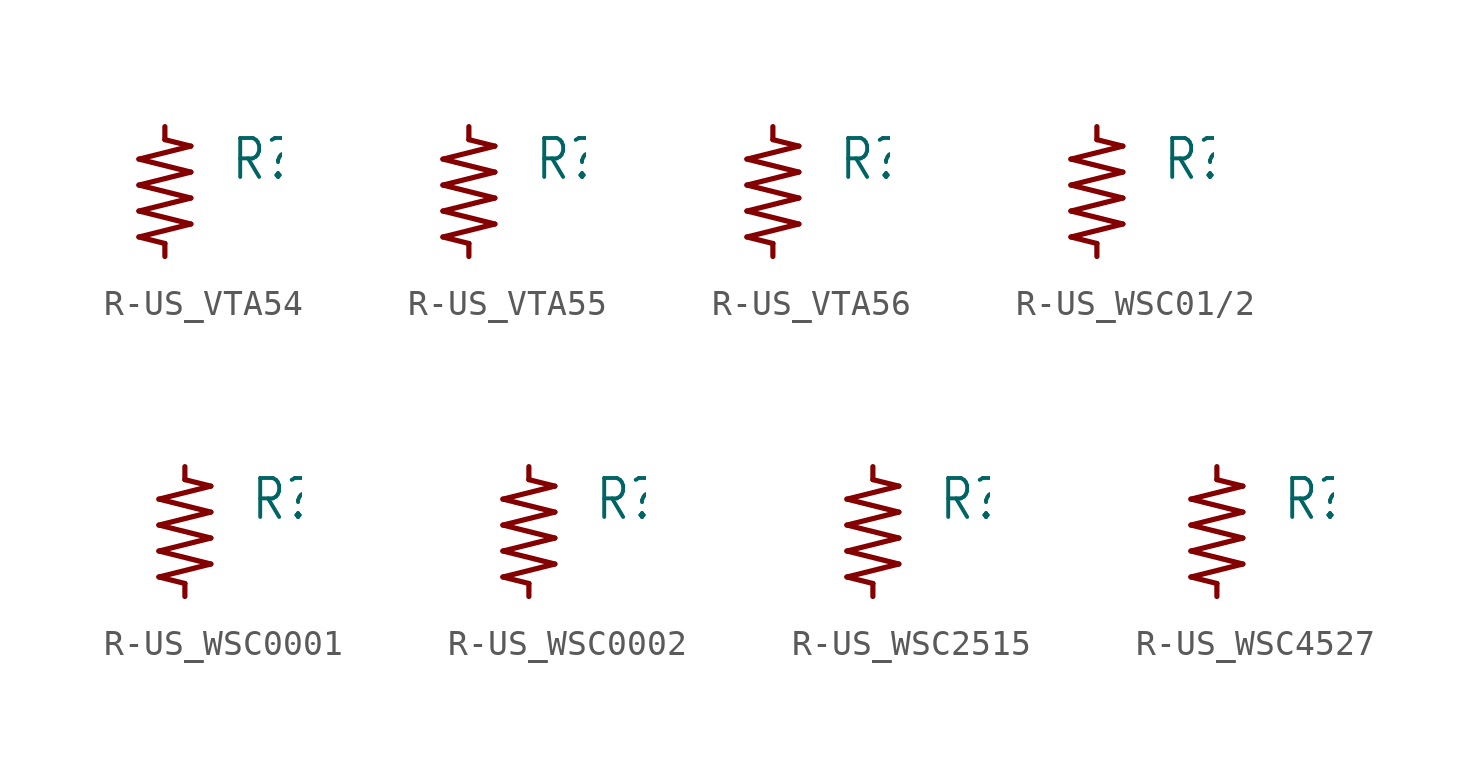
<source format=kicad_sym>
(kicad_symbol_lib
  (version 20220914)
  (generator kicad_symbol_editor)
  (symbol "R-US_VTA54"
    (property "Reference" "R"
      (at 2.54 1.27 0)
      (effects (font (size 1.524 1.295)) (justify left)))
    (property "Value" ""
      (at 2.54 -1.27 0)
      (effects (font (size 1.524 1.295)) (justify left)))
    (property "ki_locked" ""
      (at 0 0 0)
      (effects (font (size 1.27 1.27))))
    (symbol "R-US_VTA54_1_0"
      (polyline (pts (xy -1.016 -1.778) (xy 0 -2.032)) (stroke (width 0.203) (type solid)) (fill (type none)))
      (polyline (pts (xy -1.016 -0.762) (xy 1.016 -0.254)) (stroke (width 0.203) (type solid)) (fill (type none)))
      (polyline (pts (xy -1.016 0.254) (xy 1.016 0.762)) (stroke (width 0.203) (type solid)) (fill (type none)))
      (polyline (pts (xy -1.016 1.27) (xy 1.016 1.778)) (stroke (width 0.203) (type solid)) (fill (type none)))
      (polyline (pts (xy 0 -2.032) (xy 0 -2.54)) (stroke (width 0.203) (type solid)) (fill (type none)))
      (polyline (pts (xy 0 2.032) (xy 0 2.54)) (stroke (width 0.203) (type solid)) (fill (type none)))
      (polyline (pts (xy 1.016 -1.27) (xy -1.016 -1.778)) (stroke (width 0.203) (type solid)) (fill (type none)))
      (polyline (pts (xy 1.016 -1.27) (xy -1.016 -0.762)) (stroke (width 0.203) (type solid)) (fill (type none)))
      (polyline (pts (xy 1.016 -0.254) (xy -1.016 0.254)) (stroke (width 0.203) (type solid)) (fill (type none)))
      (polyline (pts (xy 1.016 0.762) (xy -1.016 1.27)) (stroke (width 0.203) (type solid)) (fill (type none)))
      (polyline (pts (xy 1.016 1.778) (xy 0 2.032)) (stroke (width 0.203) (type solid)) (fill (type none)))
      (pin passive line (at 0 -2.54 90) (length 0) (name "1" (effects (font (size 0 0)))) (number "1" (effects (font (size 0 0)))))
      (pin passive line (at 0 2.54 270) (length 0) (name "2" (effects (font (size 0 0)))) (number "2" (effects (font (size 0 0)))))))
  (symbol "R-US_VTA55"
    (property "Reference" "R"
      (at 2.54 1.27 0)
      (effects (font (size 1.524 1.295)) (justify left)))
    (property "Value" ""
      (at 2.54 -1.27 0)
      (effects (font (size 1.524 1.295)) (justify left)))
    (property "ki_locked" ""
      (at 0 0 0)
      (effects (font (size 1.27 1.27))))
    (symbol "R-US_VTA55_1_0"
      (polyline (pts (xy -1.016 -1.778) (xy 0 -2.032)) (stroke (width 0.203) (type solid)) (fill (type none)))
      (polyline (pts (xy -1.016 -0.762) (xy 1.016 -0.254)) (stroke (width 0.203) (type solid)) (fill (type none)))
      (polyline (pts (xy -1.016 0.254) (xy 1.016 0.762)) (stroke (width 0.203) (type solid)) (fill (type none)))
      (polyline (pts (xy -1.016 1.27) (xy 1.016 1.778)) (stroke (width 0.203) (type solid)) (fill (type none)))
      (polyline (pts (xy 0 -2.032) (xy 0 -2.54)) (stroke (width 0.203) (type solid)) (fill (type none)))
      (polyline (pts (xy 0 2.032) (xy 0 2.54)) (stroke (width 0.203) (type solid)) (fill (type none)))
      (polyline (pts (xy 1.016 -1.27) (xy -1.016 -1.778)) (stroke (width 0.203) (type solid)) (fill (type none)))
      (polyline (pts (xy 1.016 -1.27) (xy -1.016 -0.762)) (stroke (width 0.203) (type solid)) (fill (type none)))
      (polyline (pts (xy 1.016 -0.254) (xy -1.016 0.254)) (stroke (width 0.203) (type solid)) (fill (type none)))
      (polyline (pts (xy 1.016 0.762) (xy -1.016 1.27)) (stroke (width 0.203) (type solid)) (fill (type none)))
      (polyline (pts (xy 1.016 1.778) (xy 0 2.032)) (stroke (width 0.203) (type solid)) (fill (type none)))
      (pin passive line (at 0 -2.54 90) (length 0) (name "1" (effects (font (size 0 0)))) (number "1" (effects (font (size 0 0)))))
      (pin passive line (at 0 2.54 270) (length 0) (name "2" (effects (font (size 0 0)))) (number "2" (effects (font (size 0 0)))))))
  (symbol "R-US_VTA56"
    (property "Reference" "R"
      (at 2.54 1.27 0)
      (effects (font (size 1.524 1.295)) (justify left)))
    (property "Value" ""
      (at 2.54 -1.27 0)
      (effects (font (size 1.524 1.295)) (justify left)))
    (property "ki_locked" ""
      (at 0 0 0)
      (effects (font (size 1.27 1.27))))
    (symbol "R-US_VTA56_1_0"
      (polyline (pts (xy -1.016 -1.778) (xy 0 -2.032)) (stroke (width 0.203) (type solid)) (fill (type none)))
      (polyline (pts (xy -1.016 -0.762) (xy 1.016 -0.254)) (stroke (width 0.203) (type solid)) (fill (type none)))
      (polyline (pts (xy -1.016 0.254) (xy 1.016 0.762)) (stroke (width 0.203) (type solid)) (fill (type none)))
      (polyline (pts (xy -1.016 1.27) (xy 1.016 1.778)) (stroke (width 0.203) (type solid)) (fill (type none)))
      (polyline (pts (xy 0 -2.032) (xy 0 -2.54)) (stroke (width 0.203) (type solid)) (fill (type none)))
      (polyline (pts (xy 0 2.032) (xy 0 2.54)) (stroke (width 0.203) (type solid)) (fill (type none)))
      (polyline (pts (xy 1.016 -1.27) (xy -1.016 -1.778)) (stroke (width 0.203) (type solid)) (fill (type none)))
      (polyline (pts (xy 1.016 -1.27) (xy -1.016 -0.762)) (stroke (width 0.203) (type solid)) (fill (type none)))
      (polyline (pts (xy 1.016 -0.254) (xy -1.016 0.254)) (stroke (width 0.203) (type solid)) (fill (type none)))
      (polyline (pts (xy 1.016 0.762) (xy -1.016 1.27)) (stroke (width 0.203) (type solid)) (fill (type none)))
      (polyline (pts (xy 1.016 1.778) (xy 0 2.032)) (stroke (width 0.203) (type solid)) (fill (type none)))
      (pin passive line (at 0 -2.54 90) (length 0) (name "1" (effects (font (size 0 0)))) (number "1" (effects (font (size 0 0)))))
      (pin passive line (at 0 2.54 270) (length 0) (name "2" (effects (font (size 0 0)))) (number "2" (effects (font (size 0 0)))))))
  (symbol "R-US_WSC01/2"
    (property "Reference" "R"
      (at 2.54 1.27 0)
      (effects (font (size 1.524 1.295)) (justify left)))
    (property "Value" ""
      (at 2.54 -1.27 0)
      (effects (font (size 1.524 1.295)) (justify left)))
    (property "ki_locked" ""
      (at 0 0 0)
      (effects (font (size 1.27 1.27))))
    (symbol "R-US_WSC01/2_1_0"
      (polyline (pts (xy -1.016 -1.778) (xy 0 -2.032)) (stroke (width 0.203) (type solid)) (fill (type none)))
      (polyline (pts (xy -1.016 -0.762) (xy 1.016 -0.254)) (stroke (width 0.203) (type solid)) (fill (type none)))
      (polyline (pts (xy -1.016 0.254) (xy 1.016 0.762)) (stroke (width 0.203) (type solid)) (fill (type none)))
      (polyline (pts (xy -1.016 1.27) (xy 1.016 1.778)) (stroke (width 0.203) (type solid)) (fill (type none)))
      (polyline (pts (xy 0 -2.032) (xy 0 -2.54)) (stroke (width 0.203) (type solid)) (fill (type none)))
      (polyline (pts (xy 0 2.032) (xy 0 2.54)) (stroke (width 0.203) (type solid)) (fill (type none)))
      (polyline (pts (xy 1.016 -1.27) (xy -1.016 -1.778)) (stroke (width 0.203) (type solid)) (fill (type none)))
      (polyline (pts (xy 1.016 -1.27) (xy -1.016 -0.762)) (stroke (width 0.203) (type solid)) (fill (type none)))
      (polyline (pts (xy 1.016 -0.254) (xy -1.016 0.254)) (stroke (width 0.203) (type solid)) (fill (type none)))
      (polyline (pts (xy 1.016 0.762) (xy -1.016 1.27)) (stroke (width 0.203) (type solid)) (fill (type none)))
      (polyline (pts (xy 1.016 1.778) (xy 0 2.032)) (stroke (width 0.203) (type solid)) (fill (type none)))
      (pin passive line (at 0 -2.54 90) (length 0) (name "1" (effects (font (size 0 0)))) (number "1" (effects (font (size 0 0)))))
      (pin passive line (at 0 2.54 270) (length 0) (name "2" (effects (font (size 0 0)))) (number "2" (effects (font (size 0 0)))))))
  (symbol "R-US_WSC0001"
    (property "Reference" "R"
      (at 2.54 1.27 0)
      (effects (font (size 1.524 1.295)) (justify left)))
    (property "Value" ""
      (at 2.54 -1.27 0)
      (effects (font (size 1.524 1.295)) (justify left)))
    (property "ki_locked" ""
      (at 0 0 0)
      (effects (font (size 1.27 1.27))))
    (symbol "R-US_WSC0001_1_0"
      (polyline (pts (xy -1.016 -1.778) (xy 0 -2.032)) (stroke (width 0.203) (type solid)) (fill (type none)))
      (polyline (pts (xy -1.016 -0.762) (xy 1.016 -0.254)) (stroke (width 0.203) (type solid)) (fill (type none)))
      (polyline (pts (xy -1.016 0.254) (xy 1.016 0.762)) (stroke (width 0.203) (type solid)) (fill (type none)))
      (polyline (pts (xy -1.016 1.27) (xy 1.016 1.778)) (stroke (width 0.203) (type solid)) (fill (type none)))
      (polyline (pts (xy 0 -2.032) (xy 0 -2.54)) (stroke (width 0.203) (type solid)) (fill (type none)))
      (polyline (pts (xy 0 2.032) (xy 0 2.54)) (stroke (width 0.203) (type solid)) (fill (type none)))
      (polyline (pts (xy 1.016 -1.27) (xy -1.016 -1.778)) (stroke (width 0.203) (type solid)) (fill (type none)))
      (polyline (pts (xy 1.016 -1.27) (xy -1.016 -0.762)) (stroke (width 0.203) (type solid)) (fill (type none)))
      (polyline (pts (xy 1.016 -0.254) (xy -1.016 0.254)) (stroke (width 0.203) (type solid)) (fill (type none)))
      (polyline (pts (xy 1.016 0.762) (xy -1.016 1.27)) (stroke (width 0.203) (type solid)) (fill (type none)))
      (polyline (pts (xy 1.016 1.778) (xy 0 2.032)) (stroke (width 0.203) (type solid)) (fill (type none)))
      (pin passive line (at 0 -2.54 90) (length 0) (name "1" (effects (font (size 0 0)))) (number "1" (effects (font (size 0 0)))))
      (pin passive line (at 0 2.54 270) (length 0) (name "2" (effects (font (size 0 0)))) (number "2" (effects (font (size 0 0)))))))
  (symbol "R-US_WSC0002"
    (property "Reference" "R"
      (at 2.54 1.27 0)
      (effects (font (size 1.524 1.295)) (justify left)))
    (property "Value" ""
      (at 2.54 -1.27 0)
      (effects (font (size 1.524 1.295)) (justify left)))
    (property "ki_locked" ""
      (at 0 0 0)
      (effects (font (size 1.27 1.27))))
    (symbol "R-US_WSC0002_1_0"
      (polyline (pts (xy -1.016 -1.778) (xy 0 -2.032)) (stroke (width 0.203) (type solid)) (fill (type none)))
      (polyline (pts (xy -1.016 -0.762) (xy 1.016 -0.254)) (stroke (width 0.203) (type solid)) (fill (type none)))
      (polyline (pts (xy -1.016 0.254) (xy 1.016 0.762)) (stroke (width 0.203) (type solid)) (fill (type none)))
      (polyline (pts (xy -1.016 1.27) (xy 1.016 1.778)) (stroke (width 0.203) (type solid)) (fill (type none)))
      (polyline (pts (xy 0 -2.032) (xy 0 -2.54)) (stroke (width 0.203) (type solid)) (fill (type none)))
      (polyline (pts (xy 0 2.032) (xy 0 2.54)) (stroke (width 0.203) (type solid)) (fill (type none)))
      (polyline (pts (xy 1.016 -1.27) (xy -1.016 -1.778)) (stroke (width 0.203) (type solid)) (fill (type none)))
      (polyline (pts (xy 1.016 -1.27) (xy -1.016 -0.762)) (stroke (width 0.203) (type solid)) (fill (type none)))
      (polyline (pts (xy 1.016 -0.254) (xy -1.016 0.254)) (stroke (width 0.203) (type solid)) (fill (type none)))
      (polyline (pts (xy 1.016 0.762) (xy -1.016 1.27)) (stroke (width 0.203) (type solid)) (fill (type none)))
      (polyline (pts (xy 1.016 1.778) (xy 0 2.032)) (stroke (width 0.203) (type solid)) (fill (type none)))
      (pin passive line (at 0 -2.54 90) (length 0) (name "1" (effects (font (size 0 0)))) (number "1" (effects (font (size 0 0)))))
      (pin passive line (at 0 2.54 270) (length 0) (name "2" (effects (font (size 0 0)))) (number "2" (effects (font (size 0 0)))))))
  (symbol "R-US_WSC2515"
    (property "Reference" "R"
      (at 2.54 1.27 0)
      (effects (font (size 1.524 1.295)) (justify left)))
    (property "Value" ""
      (at 2.54 -1.27 0)
      (effects (font (size 1.524 1.295)) (justify left)))
    (property "ki_locked" ""
      (at 0 0 0)
      (effects (font (size 1.27 1.27))))
    (symbol "R-US_WSC2515_1_0"
      (polyline (pts (xy -1.016 -1.778) (xy 0 -2.032)) (stroke (width 0.203) (type solid)) (fill (type none)))
      (polyline (pts (xy -1.016 -0.762) (xy 1.016 -0.254)) (stroke (width 0.203) (type solid)) (fill (type none)))
      (polyline (pts (xy -1.016 0.254) (xy 1.016 0.762)) (stroke (width 0.203) (type solid)) (fill (type none)))
      (polyline (pts (xy -1.016 1.27) (xy 1.016 1.778)) (stroke (width 0.203) (type solid)) (fill (type none)))
      (polyline (pts (xy 0 -2.032) (xy 0 -2.54)) (stroke (width 0.203) (type solid)) (fill (type none)))
      (polyline (pts (xy 0 2.032) (xy 0 2.54)) (stroke (width 0.203) (type solid)) (fill (type none)))
      (polyline (pts (xy 1.016 -1.27) (xy -1.016 -1.778)) (stroke (width 0.203) (type solid)) (fill (type none)))
      (polyline (pts (xy 1.016 -1.27) (xy -1.016 -0.762)) (stroke (width 0.203) (type solid)) (fill (type none)))
      (polyline (pts (xy 1.016 -0.254) (xy -1.016 0.254)) (stroke (width 0.203) (type solid)) (fill (type none)))
      (polyline (pts (xy 1.016 0.762) (xy -1.016 1.27)) (stroke (width 0.203) (type solid)) (fill (type none)))
      (polyline (pts (xy 1.016 1.778) (xy 0 2.032)) (stroke (width 0.203) (type solid)) (fill (type none)))
      (pin passive line (at 0 -2.54 90) (length 0) (name "1" (effects (font (size 0 0)))) (number "1" (effects (font (size 0 0)))))
      (pin passive line (at 0 2.54 270) (length 0) (name "2" (effects (font (size 0 0)))) (number "2" (effects (font (size 0 0)))))))
  (symbol "R-US_WSC4527"
    (property "Reference" "R"
      (at 2.54 1.27 0)
      (effects (font (size 1.524 1.295)) (justify left)))
    (property "Value" ""
      (at 2.54 -1.27 0)
      (effects (font (size 1.524 1.295)) (justify left)))
    (property "ki_locked" ""
      (at 0 0 0)
      (effects (font (size 1.27 1.27))))
    (symbol "R-US_WSC4527_1_0"
      (polyline (pts (xy -1.016 -1.778) (xy 0 -2.032)) (stroke (width 0.203) (type solid)) (fill (type none)))
      (polyline (pts (xy -1.016 -0.762) (xy 1.016 -0.254)) (stroke (width 0.203) (type solid)) (fill (type none)))
      (polyline (pts (xy -1.016 0.254) (xy 1.016 0.762)) (stroke (width 0.203) (type solid)) (fill (type none)))
      (polyline (pts (xy -1.016 1.27) (xy 1.016 1.778)) (stroke (width 0.203) (type solid)) (fill (type none)))
      (polyline (pts (xy 0 -2.032) (xy 0 -2.54)) (stroke (width 0.203) (type solid)) (fill (type none)))
      (polyline (pts (xy 0 2.032) (xy 0 2.54)) (stroke (width 0.203) (type solid)) (fill (type none)))
      (polyline (pts (xy 1.016 -1.27) (xy -1.016 -1.778)) (stroke (width 0.203) (type solid)) (fill (type none)))
      (polyline (pts (xy 1.016 -1.27) (xy -1.016 -0.762)) (stroke (width 0.203) (type solid)) (fill (type none)))
      (polyline (pts (xy 1.016 -0.254) (xy -1.016 0.254)) (stroke (width 0.203) (type solid)) (fill (type none)))
      (polyline (pts (xy 1.016 0.762) (xy -1.016 1.27)) (stroke (width 0.203) (type solid)) (fill (type none)))
      (polyline (pts (xy 1.016 1.778) (xy 0 2.032)) (stroke (width 0.203) (type solid)) (fill (type none)))
      (pin passive line (at 0 -2.54 90) (length 0) (name "1" (effects (font (size 0 0)))) (number "1" (effects (font (size 0 0)))))
      (pin passive line (at 0 2.54 270) (length 0) (name "2" (effects (font (size 0 0)))) (number "2" (effects (font (size 0 0))))))))
</source>
